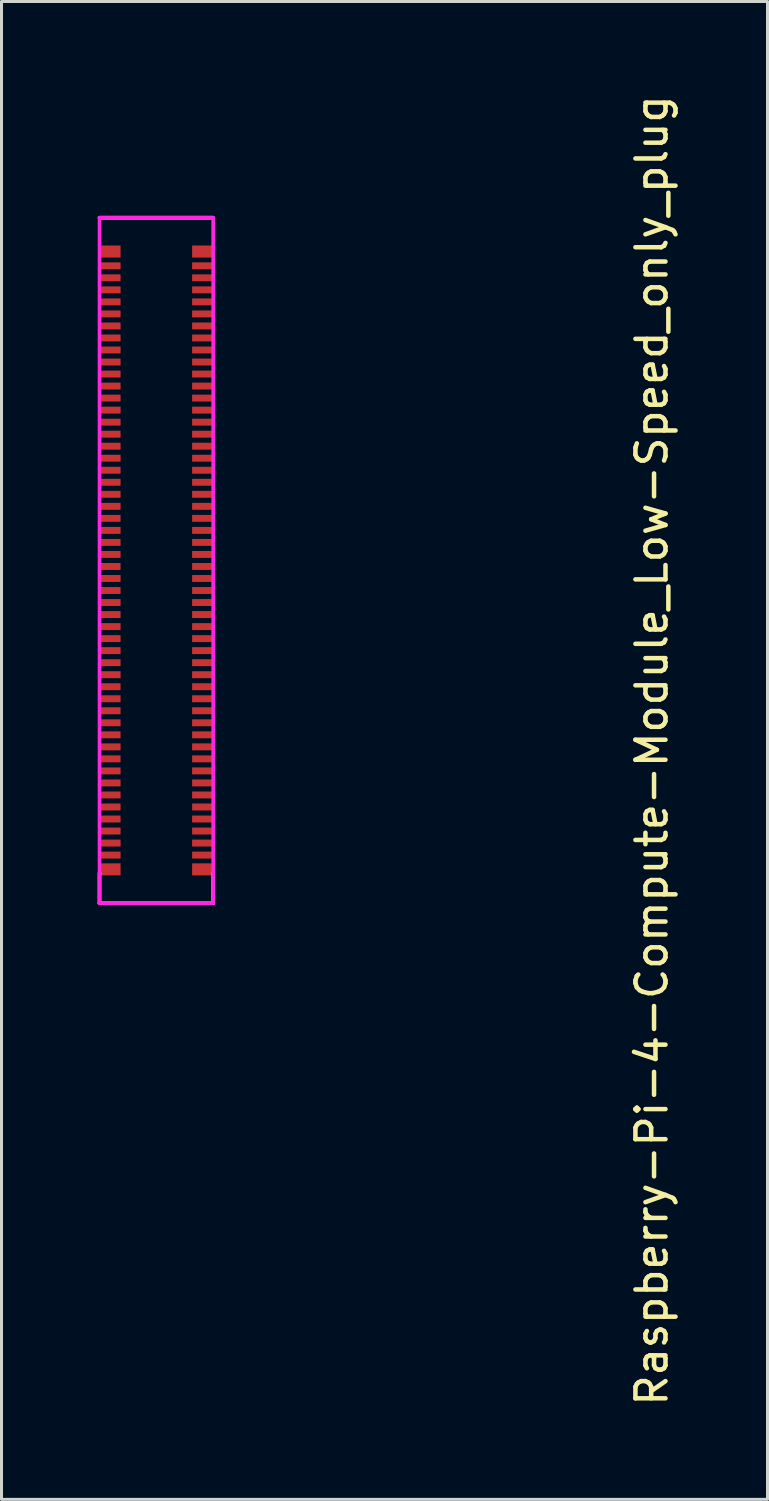
<source format=kicad_pcb>
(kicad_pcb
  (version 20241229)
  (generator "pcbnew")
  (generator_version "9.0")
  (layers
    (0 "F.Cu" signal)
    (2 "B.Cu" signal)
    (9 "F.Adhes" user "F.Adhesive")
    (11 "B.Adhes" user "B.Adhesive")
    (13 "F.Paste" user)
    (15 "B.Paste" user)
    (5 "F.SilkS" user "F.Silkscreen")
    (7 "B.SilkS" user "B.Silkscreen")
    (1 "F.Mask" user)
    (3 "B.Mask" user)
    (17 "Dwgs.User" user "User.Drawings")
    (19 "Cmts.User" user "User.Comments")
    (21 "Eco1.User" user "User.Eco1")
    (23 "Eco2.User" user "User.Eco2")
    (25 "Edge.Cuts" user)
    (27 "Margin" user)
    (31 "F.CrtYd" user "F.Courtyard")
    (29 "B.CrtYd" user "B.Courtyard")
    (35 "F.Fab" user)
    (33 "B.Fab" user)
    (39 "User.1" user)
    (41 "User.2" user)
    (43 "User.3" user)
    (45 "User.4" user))
  (footprint "Raspberry-Pi-4-Compute-Module_Low-Speed_only_plug"
    (layer "F.Cu")
    (at 0.25 26.991)
    (property "Reference" "Raspberry-Pi-4-Compute-Module_Low-Speed_only_plug" (at 18.38 -5.08 270) (layer "F.SilkS") (effects (font (size 1 1) (thickness 0.15))))
    (attr smd)
    (fp_line (start 0.01 0) (end 0.01 -1) (stroke (width 0.12) (type solid)) (layer "F.SilkS"))
    (fp_line (start 3.79 -22.8) (end 0.01 -22.8) (stroke (width 0.12) (type solid)) (layer "F.SilkS"))
    (fp_line (start 3.79 0) (end 0.01 0) (stroke (width 0.12) (type solid)) (layer "F.SilkS"))
    (fp_line (start 3.79 0) (end 3.79 -1) (stroke (width 0.12) (type solid)) (layer "F.SilkS"))
    (fp_line (start 0.01 -22.8) (end 0.01 0) (stroke (width 0.12) (type solid)) (layer "F.CrtYd"))
    (fp_line (start 3.79 -22.8) (end 0.01 -22.8) (stroke (width 0.12) (type solid)) (layer "F.CrtYd"))
    (fp_line (start 3.79 0) (end 0.01 0) (stroke (width 0.12) (type solid)) (layer "F.CrtYd"))
    (fp_line (start 3.79 0) (end 0.01 0) (stroke (width 0.12) (type solid)) (layer "F.CrtYd"))
    (fp_line (start 3.79 0) (end 3.79 -22.8) (stroke (width 0.12) (type solid)) (layer "F.CrtYd"))
    (pad "1" smd rect (at 3.44 -21.2 90) (size 0.23 0.7) (layers "F.Cu" "F.Mask" "F.Paste"))
    (pad "2" smd rect (at 0.36 -21.2 90) (size 0.23 0.7) (layers "F.Cu" "F.Mask" "F.Paste"))
    (pad "3" smd rect (at 3.44 -20.8 90) (size 0.23 0.7) (layers "F.Cu" "F.Mask" "F.Paste"))
    (pad "4" smd rect (at 0.36 -20.8 90) (size 0.23 0.7) (layers "F.Cu" "F.Mask" "F.Paste"))
    (pad "5" smd rect (at 3.44 -20.4 90) (size 0.23 0.7) (layers "F.Cu" "F.Mask" "F.Paste"))
    (pad "6" smd rect (at 0.36 -20.4 90) (size 0.23 0.7) (layers "F.Cu" "F.Mask" "F.Paste"))
    (pad "7" smd rect (at 3.44 -20 90) (size 0.23 0.7) (layers "F.Cu" "F.Mask" "F.Paste"))
    (pad "8" smd rect (at 0.36 -20 90) (size 0.23 0.7) (layers "F.Cu" "F.Mask" "F.Paste"))
    (pad "9" smd rect (at 3.44 -19.6 90) (size 0.23 0.7) (layers "F.Cu" "F.Mask" "F.Paste"))
    (pad "10" smd rect (at 0.36 -19.6 90) (size 0.23 0.7) (layers "F.Cu" "F.Mask" "F.Paste"))
    (pad "11" smd rect (at 3.44 -19.2 90) (size 0.23 0.7) (layers "F.Cu" "F.Mask" "F.Paste"))
    (pad "12" smd rect (at 0.36 -19.2 90) (size 0.23 0.7) (layers "F.Cu" "F.Mask" "F.Paste"))
    (pad "13" smd rect (at 3.44 -18.8 90) (size 0.23 0.7) (layers "F.Cu" "F.Mask" "F.Paste"))
    (pad "14" smd rect (at 0.36 -18.8 90) (size 0.23 0.7) (layers "F.Cu" "F.Mask" "F.Paste"))
    (pad "15" smd rect (at 3.44 -18.4 90) (size 0.23 0.7) (layers "F.Cu" "F.Mask" "F.Paste"))
    (pad "16" smd rect (at 0.36 -18.4 90) (size 0.23 0.7) (layers "F.Cu" "F.Mask" "F.Paste"))
    (pad "17" smd rect (at 3.44 -18 90) (size 0.23 0.7) (layers "F.Cu" "F.Mask" "F.Paste"))
    (pad "18" smd rect (at 0.36 -18 90) (size 0.23 0.7) (layers "F.Cu" "F.Mask" "F.Paste"))
    (pad "19" smd rect (at 3.44 -17.6 90) (size 0.23 0.7) (layers "F.Cu" "F.Mask" "F.Paste"))
    (pad "20" smd rect (at 0.36 -17.6 90) (size 0.23 0.7) (layers "F.Cu" "F.Mask" "F.Paste"))
    (pad "21" smd rect (at 3.44 -17.2 90) (size 0.23 0.7) (layers "F.Cu" "F.Mask" "F.Paste"))
    (pad "22" smd rect (at 0.36 -17.2 90) (size 0.23 0.7) (layers "F.Cu" "F.Mask" "F.Paste"))
    (pad "23" smd rect (at 3.44 -16.8 90) (size 0.23 0.7) (layers "F.Cu" "F.Mask" "F.Paste"))
    (pad "24" smd rect (at 0.36 -16.8 90) (size 0.23 0.7) (layers "F.Cu" "F.Mask" "F.Paste"))
    (pad "25" smd rect (at 3.44 -16.4 90) (size 0.23 0.7) (layers "F.Cu" "F.Mask" "F.Paste"))
    (pad "26" smd rect (at 0.36 -16.4 90) (size 0.23 0.7) (layers "F.Cu" "F.Mask" "F.Paste"))
    (pad "27" smd rect (at 3.44 -16 90) (size 0.23 0.7) (layers "F.Cu" "F.Mask" "F.Paste"))
    (pad "28" smd rect (at 0.36 -16 90) (size 0.23 0.7) (layers "F.Cu" "F.Mask" "F.Paste"))
    (pad "29" smd rect (at 3.44 -15.6 90) (size 0.23 0.7) (layers "F.Cu" "F.Mask" "F.Paste"))
    (pad "30" smd rect (at 0.36 -15.6 90) (size 0.23 0.7) (layers "F.Cu" "F.Mask" "F.Paste"))
    (pad "31" smd rect (at 3.44 -15.2 90) (size 0.23 0.7) (layers "F.Cu" "F.Mask" "F.Paste"))
    (pad "32" smd rect (at 0.36 -15.2 90) (size 0.23 0.7) (layers "F.Cu" "F.Mask" "F.Paste"))
    (pad "33" smd rect (at 3.44 -14.8 90) (size 0.23 0.7) (layers "F.Cu" "F.Mask" "F.Paste"))
    (pad "34" smd rect (at 0.36 -14.8 90) (size 0.23 0.7) (layers "F.Cu" "F.Mask" "F.Paste"))
    (pad "35" smd rect (at 3.44 -14.4 90) (size 0.23 0.7) (layers "F.Cu" "F.Mask" "F.Paste"))
    (pad "36" smd rect (at 0.36 -14.4 90) (size 0.23 0.7) (layers "F.Cu" "F.Mask" "F.Paste"))
    (pad "37" smd rect (at 3.44 -14 90) (size 0.23 0.7) (layers "F.Cu" "F.Mask" "F.Paste"))
    (pad "38" smd rect (at 0.36 -14 90) (size 0.23 0.7) (layers "F.Cu" "F.Mask" "F.Paste"))
    (pad "39" smd rect (at 3.44 -13.6 90) (size 0.23 0.7) (layers "F.Cu" "F.Mask" "F.Paste"))
    (pad "40" smd rect (at 0.36 -13.6 90) (size 0.23 0.7) (layers "F.Cu" "F.Mask" "F.Paste"))
    (pad "41" smd rect (at 3.44 -13.2 90) (size 0.23 0.7) (layers "F.Cu" "F.Mask" "F.Paste"))
    (pad "42" smd rect (at 0.36 -13.2 90) (size 0.23 0.7) (layers "F.Cu" "F.Mask" "F.Paste"))
    (pad "43" smd rect (at 3.44 -12.8 90) (size 0.23 0.7) (layers "F.Cu" "F.Mask" "F.Paste"))
    (pad "44" smd rect (at 0.36 -12.8 90) (size 0.23 0.7) (layers "F.Cu" "F.Mask" "F.Paste"))
    (pad "45" smd rect (at 3.44 -12.4 90) (size 0.23 0.7) (layers "F.Cu" "F.Mask" "F.Paste"))
    (pad "46" smd rect (at 0.36 -12.4 90) (size 0.23 0.7) (layers "F.Cu" "F.Mask" "F.Paste"))
    (pad "47" smd rect (at 3.44 -12 90) (size 0.23 0.7) (layers "F.Cu" "F.Mask" "F.Paste"))
    (pad "48" smd rect (at 0.36 -12 90) (size 0.23 0.7) (layers "F.Cu" "F.Mask" "F.Paste"))
    (pad "49" smd rect (at 3.44 -11.6 90) (size 0.23 0.7) (layers "F.Cu" "F.Mask" "F.Paste"))
    (pad "50" smd rect (at 0.36 -11.6 90) (size 0.23 0.7) (layers "F.Cu" "F.Mask" "F.Paste"))
    (pad "51" smd rect (at 3.44 -11.2 90) (size 0.23 0.7) (layers "F.Cu" "F.Mask" "F.Paste"))
    (pad "52" smd rect (at 0.36 -11.2 90) (size 0.23 0.7) (layers "F.Cu" "F.Mask" "F.Paste"))
    (pad "53" smd rect (at 3.44 -10.8 90) (size 0.23 0.7) (layers "F.Cu" "F.Mask" "F.Paste"))
    (pad "54" smd rect (at 0.36 -10.8 90) (size 0.23 0.7) (layers "F.Cu" "F.Mask" "F.Paste"))
    (pad "55" smd rect (at 3.44 -10.4 90) (size 0.23 0.7) (layers "F.Cu" "F.Mask" "F.Paste"))
    (pad "56" smd rect (at 0.36 -10.4 90) (size 0.23 0.7) (layers "F.Cu" "F.Mask" "F.Paste"))
    (pad "57" smd rect (at 3.44 -10 90) (size 0.23 0.7) (layers "F.Cu" "F.Mask" "F.Paste"))
    (pad "58" smd rect (at 0.36 -10 90) (size 0.23 0.7) (layers "F.Cu" "F.Mask" "F.Paste"))
    (pad "59" smd rect (at 3.44 -9.6 90) (size 0.23 0.7) (layers "F.Cu" "F.Mask" "F.Paste"))
    (pad "60" smd rect (at 0.36 -9.6 90) (size 0.23 0.7) (layers "F.Cu" "F.Mask" "F.Paste"))
    (pad "61" smd rect (at 3.44 -9.2 90) (size 0.23 0.7) (layers "F.Cu" "F.Mask" "F.Paste"))
    (pad "62" smd rect (at 0.36 -9.2 90) (size 0.23 0.7) (layers "F.Cu" "F.Mask" "F.Paste"))
    (pad "63" smd rect (at 3.44 -8.8 90) (size 0.23 0.7) (layers "F.Cu" "F.Mask" "F.Paste"))
    (pad "64" smd rect (at 0.36 -8.8 90) (size 0.23 0.7) (layers "F.Cu" "F.Mask" "F.Paste"))
    (pad "65" smd rect (at 3.44 -8.4 90) (size 0.23 0.7) (layers "F.Cu" "F.Mask" "F.Paste"))
    (pad "66" smd rect (at 0.36 -8.4 90) (size 0.23 0.7) (layers "F.Cu" "F.Mask" "F.Paste"))
    (pad "67" smd rect (at 3.44 -8 90) (size 0.23 0.7) (layers "F.Cu" "F.Mask" "F.Paste"))
    (pad "68" smd rect (at 0.36 -8 90) (size 0.23 0.7) (layers "F.Cu" "F.Mask" "F.Paste"))
    (pad "69" smd rect (at 3.44 -7.6 90) (size 0.23 0.7) (layers "F.Cu" "F.Mask" "F.Paste"))
    (pad "70" smd rect (at 0.36 -7.6 90) (size 0.23 0.7) (layers "F.Cu" "F.Mask" "F.Paste"))
    (pad "71" smd rect (at 3.44 -7.2 90) (size 0.23 0.7) (layers "F.Cu" "F.Mask" "F.Paste"))
    (pad "72" smd rect (at 0.36 -7.2 90) (size 0.23 0.7) (layers "F.Cu" "F.Mask" "F.Paste"))
    (pad "73" smd rect (at 3.44 -6.8 90) (size 0.23 0.7) (layers "F.Cu" "F.Mask" "F.Paste"))
    (pad "74" smd rect (at 0.36 -6.8 90) (size 0.23 0.7) (layers "F.Cu" "F.Mask" "F.Paste"))
    (pad "75" smd rect (at 3.44 -6.4 90) (size 0.23 0.7) (layers "F.Cu" "F.Mask" "F.Paste"))
    (pad "76" smd rect (at 0.36 -6.4 90) (size 0.23 0.7) (layers "F.Cu" "F.Mask" "F.Paste"))
    (pad "77" smd rect (at 3.44 -6 90) (size 0.23 0.7) (layers "F.Cu" "F.Mask" "F.Paste"))
    (pad "78" smd rect (at 0.36 -6 90) (size 0.23 0.7) (layers "F.Cu" "F.Mask" "F.Paste"))
    (pad "79" smd rect (at 3.44 -5.6 90) (size 0.23 0.7) (layers "F.Cu" "F.Mask" "F.Paste"))
    (pad "80" smd rect (at 0.36 -5.6 90) (size 0.23 0.7) (layers "F.Cu" "F.Mask" "F.Paste"))
    (pad "81" smd rect (at 3.44 -5.2 90) (size 0.23 0.7) (layers "F.Cu" "F.Mask" "F.Paste"))
    (pad "82" smd rect (at 0.36 -5.2 90) (size 0.23 0.7) (layers "F.Cu" "F.Mask" "F.Paste"))
    (pad "83" smd rect (at 3.44 -4.8 90) (size 0.23 0.7) (layers "F.Cu" "F.Mask" "F.Paste"))
    (pad "84" smd rect (at 0.36 -4.8 90) (size 0.23 0.7) (layers "F.Cu" "F.Mask" "F.Paste"))
    (pad "85" smd rect (at 3.44 -4.4 90) (size 0.23 0.7) (layers "F.Cu" "F.Mask" "F.Paste"))
    (pad "86" smd rect (at 0.36 -4.4 90) (size 0.23 0.7) (layers "F.Cu" "F.Mask" "F.Paste"))
    (pad "87" smd rect (at 3.44 -4 90) (size 0.23 0.7) (layers "F.Cu" "F.Mask" "F.Paste"))
    (pad "88" smd rect (at 0.36 -4 90) (size 0.23 0.7) (layers "F.Cu" "F.Mask" "F.Paste"))
    (pad "89" smd rect (at 3.44 -3.6 90) (size 0.23 0.7) (layers "F.Cu" "F.Mask" "F.Paste"))
    (pad "90" smd rect (at 0.36 -3.6 90) (size 0.23 0.7) (layers "F.Cu" "F.Mask" "F.Paste"))
    (pad "91" smd rect (at 3.44 -3.2 90) (size 0.23 0.7) (layers "F.Cu" "F.Mask" "F.Paste"))
    (pad "92" smd rect (at 0.36 -3.2 90) (size 0.23 0.7) (layers "F.Cu" "F.Mask" "F.Paste"))
    (pad "93" smd rect (at 3.44 -2.8 90) (size 0.23 0.7) (layers "F.Cu" "F.Mask" "F.Paste"))
    (pad "94" smd rect (at 0.36 -2.8 90) (size 0.23 0.7) (layers "F.Cu" "F.Mask" "F.Paste"))
    (pad "95" smd rect (at 3.44 -2.4 90) (size 0.23 0.7) (layers "F.Cu" "F.Mask" "F.Paste"))
    (pad "96" smd rect (at 0.36 -2.4 90) (size 0.23 0.7) (layers "F.Cu" "F.Mask" "F.Paste"))
    (pad "97" smd rect (at 3.44 -2 90) (size 0.23 0.7) (layers "F.Cu" "F.Mask" "F.Paste"))
    (pad "98" smd rect (at 0.36 -2 90) (size 0.23 0.7) (layers "F.Cu" "F.Mask" "F.Paste"))
    (pad "99" smd rect (at 3.44 -1.6 90) (size 0.23 0.7) (layers "F.Cu" "F.Mask" "F.Paste"))
    (pad "100" smd rect (at 0.36 -1.6 90) (size 0.23 0.7) (layers "F.Cu" "F.Mask" "F.Paste"))
    (pad "MECH" smd rect (at 0.36 -21.675 90) (size 0.4 0.7) (layers "F.Cu" "F.Mask" "F.Paste"))
    (pad "MECH" smd rect (at 0.36 -1.125 90) (size 0.4 0.7) (layers "F.Cu" "F.Mask" "F.Paste"))
    (pad "MECH" smd rect (at 3.44 -21.675 90) (size 0.4 0.7) (layers "F.Cu" "F.Mask" "F.Paste"))
    (pad "MECH" smd rect (at 3.44 -1.125 90) (size 0.4 0.7) (layers "F.Cu" "F.Mask" "F.Paste")))
  (gr_rect
    (start -3 -3)
    (end 22.478 46.821)
    (stroke (width 0.1) (type default))
    (fill no)
    (layer "Edge.Cuts")))
</source>
